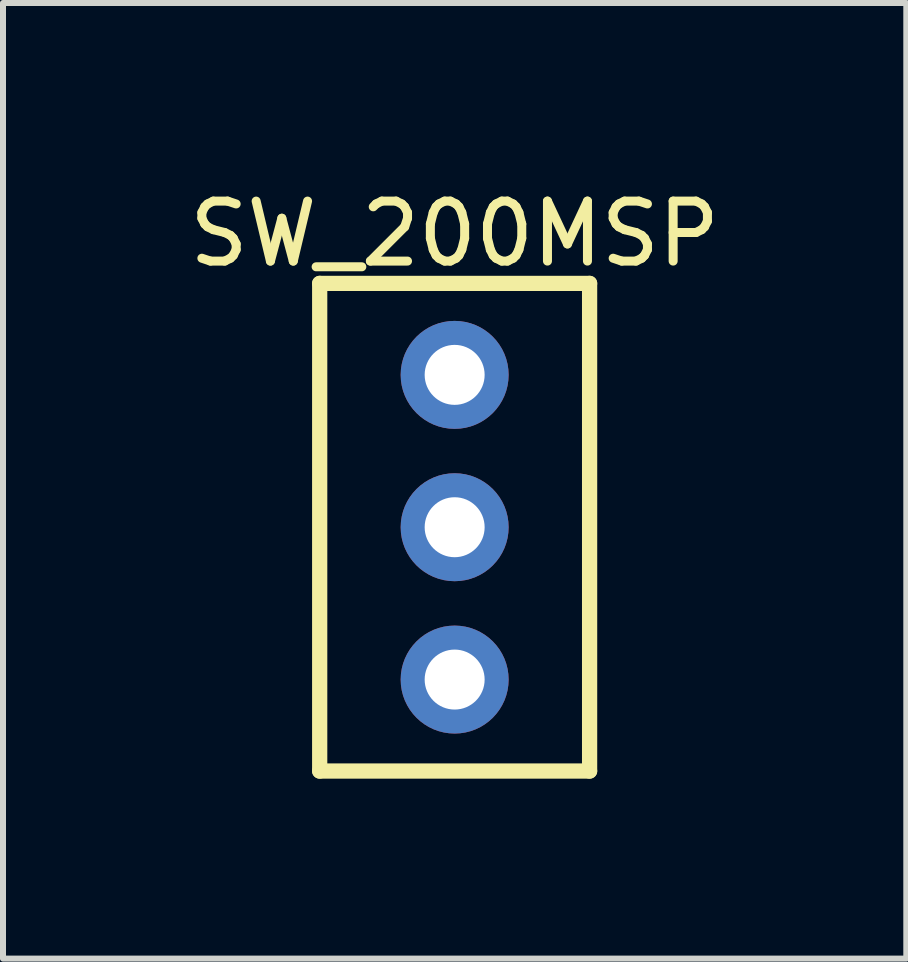
<source format=kicad_pcb>
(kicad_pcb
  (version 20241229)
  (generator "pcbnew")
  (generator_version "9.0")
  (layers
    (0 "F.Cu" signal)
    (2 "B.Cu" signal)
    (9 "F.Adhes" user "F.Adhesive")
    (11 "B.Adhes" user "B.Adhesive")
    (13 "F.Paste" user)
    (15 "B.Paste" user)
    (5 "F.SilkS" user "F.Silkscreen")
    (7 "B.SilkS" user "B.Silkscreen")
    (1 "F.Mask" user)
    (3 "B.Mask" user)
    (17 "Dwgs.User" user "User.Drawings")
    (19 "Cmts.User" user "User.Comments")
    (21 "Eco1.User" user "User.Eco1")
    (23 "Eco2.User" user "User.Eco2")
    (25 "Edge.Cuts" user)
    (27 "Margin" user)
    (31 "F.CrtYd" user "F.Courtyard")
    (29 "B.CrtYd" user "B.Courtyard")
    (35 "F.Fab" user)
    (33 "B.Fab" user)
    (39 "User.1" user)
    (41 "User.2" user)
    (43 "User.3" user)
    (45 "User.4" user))
  (footprint "SW_200MSP"
    (layer "F.Cu")
    (at 4.53 5.74)
    (property "Reference" "SW_200MSP" (at 0 -4.892 0) (layer "F.SilkS") (effects (font (size 1 1) (thickness 0.15))))
    (fp_line (start -2.25 -4.065) (end 2.25 -4.065) (stroke (width 0.254) (type solid)) (layer "F.SilkS"))
    (fp_line (start -2.25 4.065) (end -2.25 -4.065) (stroke (width 0.254) (type solid)) (layer "F.SilkS"))
    (fp_line (start -2.25 4.065) (end 2.25 4.065) (stroke (width 0.254) (type solid)) (layer "F.SilkS"))
    (fp_line (start 2.25 4.065) (end 2.25 -4.065) (stroke (width 0.254) (type solid)) (layer "F.SilkS"))
    (pad "1" thru_hole circle (at 0 2.54) (size 1.8 1.8) (drill 1) (layers "*.Cu" "*.Mask"))
    (pad "2" thru_hole circle (at 0 0) (size 1.8 1.8) (drill 1) (layers "*.Cu" "*.Mask"))
    (pad "3" thru_hole circle (at 0 -2.54) (size 1.8 1.8) (drill 1) (layers "*.Cu" "*.Mask")))
  (gr_rect
    (start -3 -3)
    (end 12.06 12.932)
    (stroke (width 0.1) (type default))
    (fill no)
    (layer "Edge.Cuts")))
</source>
